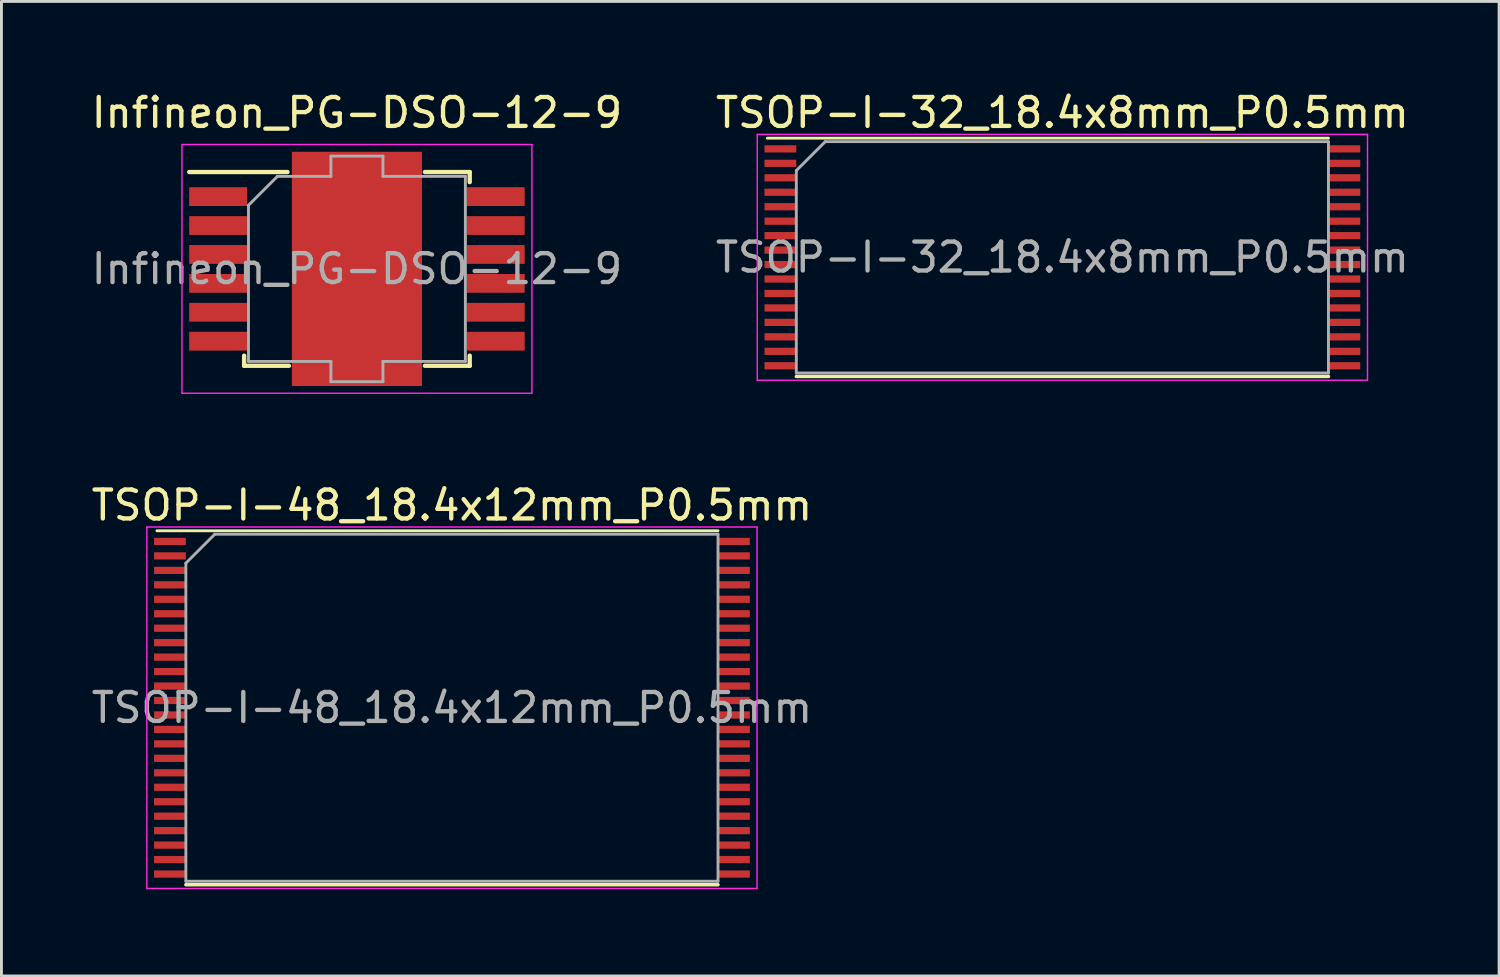
<source format=kicad_pcb>
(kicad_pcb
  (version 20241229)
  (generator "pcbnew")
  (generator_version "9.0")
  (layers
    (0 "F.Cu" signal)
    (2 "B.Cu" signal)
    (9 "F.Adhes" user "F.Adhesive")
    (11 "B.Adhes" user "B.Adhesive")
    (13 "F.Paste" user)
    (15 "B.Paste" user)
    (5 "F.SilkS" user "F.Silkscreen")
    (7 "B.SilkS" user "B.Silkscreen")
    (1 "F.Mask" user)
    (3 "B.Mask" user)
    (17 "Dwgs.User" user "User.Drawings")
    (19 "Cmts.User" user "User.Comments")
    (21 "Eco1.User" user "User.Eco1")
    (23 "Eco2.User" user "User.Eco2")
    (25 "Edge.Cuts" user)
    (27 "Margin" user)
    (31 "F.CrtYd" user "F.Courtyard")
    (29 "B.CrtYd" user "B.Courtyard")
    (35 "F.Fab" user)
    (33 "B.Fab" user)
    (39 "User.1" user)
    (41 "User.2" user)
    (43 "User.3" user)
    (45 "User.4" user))
  (footprint "Infineon_PG-DSO-12-9"
    (layer "F.Cu")
    (at 9.292 6.248)
    (property "Reference" "Infineon_PG-DSO-12-9" (at 0 -5.4 0) (layer "F.SilkS") (effects (font (size 1 1) (thickness 0.15))))
    (attr smd)
    (fp_line (start -5.8 -3.35) (end -2.4 -3.35) (stroke (width 0.15) (type solid)) (layer "F.SilkS"))
    (fp_line (start -3.9 3) (end -3.9 3.35) (stroke (width 0.15) (type solid)) (layer "F.SilkS"))
    (fp_line (start -3.9 3.35) (end -2.35 3.35) (stroke (width 0.15) (type solid)) (layer "F.SilkS"))
    (fp_line (start 3.9 -3.35) (end 2.35 -3.35) (stroke (width 0.15) (type solid)) (layer "F.SilkS"))
    (fp_line (start 3.9 -3) (end 3.9 -3.35) (stroke (width 0.15) (type solid)) (layer "F.SilkS"))
    (fp_line (start 3.9 3) (end 3.9 3.35) (stroke (width 0.15) (type solid)) (layer "F.SilkS"))
    (fp_line (start 3.9 3.35) (end 2.35 3.35) (stroke (width 0.15) (type solid)) (layer "F.SilkS"))
    (fp_line (start -6.05 -4.3) (end 6.05 -4.3) (stroke (width 0.05) (type solid)) (layer "F.CrtYd"))
    (fp_line (start -6.05 4.3) (end -6.05 -4.3) (stroke (width 0.05) (type solid)) (layer "F.CrtYd"))
    (fp_line (start 6.05 -4.3) (end 6.05 4.3) (stroke (width 0.05) (type solid)) (layer "F.CrtYd"))
    (fp_line (start 6.05 4.3) (end -6.05 4.3) (stroke (width 0.05) (type solid)) (layer "F.CrtYd"))
    (fp_line (start -3.75 3.2) (end -3.75 -2.2) (stroke (width 0.1) (type solid)) (layer "F.Fab"))
    (fp_line (start -2.75 -3.2) (end -3.75 -2.2) (stroke (width 0.1) (type solid)) (layer "F.Fab"))
    (fp_line (start -2.75 -3.2) (end -0.9 -3.2) (stroke (width 0.1) (type solid)) (layer "F.Fab"))
    (fp_line (start -0.9 -3.9) (end 0.9 -3.9) (stroke (width 0.1) (type solid)) (layer "F.Fab"))
    (fp_line (start -0.9 -3.2) (end -0.9 -3.9) (stroke (width 0.1) (type solid)) (layer "F.Fab"))
    (fp_line (start -0.9 3.2) (end -3.75 3.2) (stroke (width 0.1) (type solid)) (layer "F.Fab"))
    (fp_line (start -0.9 3.9) (end -0.9 3.2) (stroke (width 0.1) (type solid)) (layer "F.Fab"))
    (fp_line (start 0.9 -3.9) (end 0.9 -3.2) (stroke (width 0.1) (type solid)) (layer "F.Fab"))
    (fp_line (start 0.9 -3.2) (end 3.75 -3.2) (stroke (width 0.1) (type solid)) (layer "F.Fab"))
    (fp_line (start 0.9 3.2) (end 0.9 3.9) (stroke (width 0.1) (type solid)) (layer "F.Fab"))
    (fp_line (start 0.9 3.9) (end -0.9 3.9) (stroke (width 0.1) (type solid)) (layer "F.Fab"))
    (fp_line (start 3.75 -3.2) (end 3.75 3.2) (stroke (width 0.1) (type solid)) (layer "F.Fab"))
    (fp_line (start 3.75 3.2) (end 0.9 3.2) (stroke (width 0.1) (type solid)) (layer "F.Fab"))
    (fp_text user "${REFERENCE}" (at 0 0 0) (layer "F.Fab") (effects (font (size 1 1) (thickness 0.15))))
    (pad "" smd rect (at -1.125 -2.92) (size 1.95 1.16) (layers "F.Paste"))
    (pad "" smd rect (at -1.125 -1.46) (size 1.95 1.16) (layers "F.Paste"))
    (pad "" smd rect (at -1.125 0) (size 1.95 1.16) (layers "F.Paste"))
    (pad "" smd rect (at -1.125 1.46) (size 1.95 1.16) (layers "F.Paste"))
    (pad "" smd rect (at -1.125 2.92) (size 1.95 1.16) (layers "F.Paste"))
    (pad "" smd rect (at 1.125 -2.92) (size 1.95 1.16) (layers "F.Paste"))
    (pad "" smd rect (at 1.125 -1.46) (size 1.95 1.16) (layers "F.Paste"))
    (pad "" smd rect (at 1.125 0) (size 1.95 1.16) (layers "F.Paste"))
    (pad "" smd rect (at 1.125 1.46) (size 1.95 1.16) (layers "F.Paste"))
    (pad "" smd rect (at 1.125 2.92) (size 1.95 1.16) (layers "F.Paste"))
    (pad "1" smd rect (at -4.8 -2.5) (size 2 0.65) (layers "F.Cu" "F.Mask" "F.Paste"))
    (pad "2" smd rect (at -4.8 -1.5) (size 2 0.65) (layers "F.Cu" "F.Mask" "F.Paste"))
    (pad "3" smd rect (at -4.8 -0.5) (size 2 0.65) (layers "F.Cu" "F.Mask" "F.Paste"))
    (pad "4" smd rect (at -4.8 0.5) (size 2 0.65) (layers "F.Cu" "F.Mask" "F.Paste"))
    (pad "5" smd rect (at -4.8 1.5) (size 2 0.65) (layers "F.Cu" "F.Mask" "F.Paste"))
    (pad "6" smd rect (at -4.8 2.5) (size 2 0.65) (layers "F.Cu" "F.Mask" "F.Paste"))
    (pad "7" smd rect (at 4.8 2.5) (size 2 0.65) (layers "F.Cu" "F.Mask" "F.Paste"))
    (pad "8" smd rect (at 4.8 1.5) (size 2 0.65) (layers "F.Cu" "F.Mask" "F.Paste"))
    (pad "9" smd rect (at 4.8 0.5) (size 2 0.65) (layers "F.Cu" "F.Mask" "F.Paste"))
    (pad "10" smd rect (at 4.8 -0.5) (size 2 0.65) (layers "F.Cu" "F.Mask" "F.Paste"))
    (pad "11" smd rect (at 4.8 -1.5) (size 2 0.65) (layers "F.Cu" "F.Mask" "F.Paste"))
    (pad "12" smd rect (at 4.8 -2.5) (size 2 0.65) (layers "F.Cu" "F.Mask" "F.Paste"))
    (pad "13" smd rect (at 0 0) (size 4.5 8.1) (layers "F.Cu" "F.Mask")))
  (footprint "TSOP-I-48_18.4x12mm_P0.5mm"
    (layer "F.Cu")
    (at 12.577 21.422)
    (property "Reference" "TSOP-I-48_18.4x12mm_P0.5mm" (at 0 -7 0) (layer "F.SilkS") (effects (font (size 1 1) (thickness 0.15))))
    (attr smd)
    (fp_line (start -9.2 6.12) (end 9.2 6.12) (stroke (width 0.12) (type solid)) (layer "F.SilkS"))
    (fp_line (start 9.2 -6.12) (end -10.2 -6.12) (stroke (width 0.1) (type solid)) (layer "F.SilkS"))
    (fp_line (start -10.55 -6.25) (end 10.55 -6.25) (stroke (width 0.05) (type solid)) (layer "F.CrtYd"))
    (fp_line (start -10.55 6.25) (end -10.55 -6.25) (stroke (width 0.05) (type solid)) (layer "F.CrtYd"))
    (fp_line (start 10.55 -6.25) (end 10.55 6.25) (stroke (width 0.05) (type solid)) (layer "F.CrtYd"))
    (fp_line (start 10.55 6.25) (end -10.55 6.25) (stroke (width 0.05) (type solid)) (layer "F.CrtYd"))
    (fp_line (start -9.2 6) (end -9.2 -5) (stroke (width 0.1) (type solid)) (layer "F.Fab"))
    (fp_line (start -8.2 -6) (end -9.2 -5) (stroke (width 0.1) (type solid)) (layer "F.Fab"))
    (fp_line (start -8.2 -6) (end 9.2 -6) (stroke (width 0.1) (type solid)) (layer "F.Fab"))
    (fp_line (start 9.2 -6) (end 9.2 6) (stroke (width 0.1) (type solid)) (layer "F.Fab"))
    (fp_line (start 9.2 6) (end -9.2 6) (stroke (width 0.1) (type solid)) (layer "F.Fab"))
    (fp_text user "${REFERENCE}" (at 0 0 0) (layer "F.Fab") (effects (font (size 1 1) (thickness 0.15))))
    (pad "1" smd rect (at -9.75 -5.75) (size 1.1 0.25) (layers "F.Cu" "F.Mask" "F.Paste"))
    (pad "2" smd rect (at -9.75 -5.25) (size 1.1 0.25) (layers "F.Cu" "F.Mask" "F.Paste"))
    (pad "3" smd rect (at -9.75 -4.75) (size 1.1 0.25) (layers "F.Cu" "F.Mask" "F.Paste"))
    (pad "4" smd rect (at -9.75 -4.25) (size 1.1 0.25) (layers "F.Cu" "F.Mask" "F.Paste"))
    (pad "5" smd rect (at -9.75 -3.75) (size 1.1 0.25) (layers "F.Cu" "F.Mask" "F.Paste"))
    (pad "6" smd rect (at -9.75 -3.25) (size 1.1 0.25) (layers "F.Cu" "F.Mask" "F.Paste"))
    (pad "7" smd rect (at -9.75 -2.75) (size 1.1 0.25) (layers "F.Cu" "F.Mask" "F.Paste"))
    (pad "8" smd rect (at -9.75 -2.25) (size 1.1 0.25) (layers "F.Cu" "F.Mask" "F.Paste"))
    (pad "9" smd rect (at -9.75 -1.75) (size 1.1 0.25) (layers "F.Cu" "F.Mask" "F.Paste"))
    (pad "10" smd rect (at -9.75 -1.25) (size 1.1 0.25) (layers "F.Cu" "F.Mask" "F.Paste"))
    (pad "11" smd rect (at -9.75 -0.75) (size 1.1 0.25) (layers "F.Cu" "F.Mask" "F.Paste"))
    (pad "12" smd rect (at -9.75 -0.25) (size 1.1 0.25) (layers "F.Cu" "F.Mask" "F.Paste"))
    (pad "13" smd rect (at -9.75 0.25) (size 1.1 0.25) (layers "F.Cu" "F.Mask" "F.Paste"))
    (pad "14" smd rect (at -9.75 0.75) (size 1.1 0.25) (layers "F.Cu" "F.Mask" "F.Paste"))
    (pad "15" smd rect (at -9.75 1.25) (size 1.1 0.25) (layers "F.Cu" "F.Mask" "F.Paste"))
    (pad "16" smd rect (at -9.75 1.75) (size 1.1 0.25) (layers "F.Cu" "F.Mask" "F.Paste"))
    (pad "17" smd rect (at -9.75 2.25) (size 1.1 0.25) (layers "F.Cu" "F.Mask" "F.Paste"))
    (pad "18" smd rect (at -9.75 2.75) (size 1.1 0.25) (layers "F.Cu" "F.Mask" "F.Paste"))
    (pad "19" smd rect (at -9.75 3.25) (size 1.1 0.25) (layers "F.Cu" "F.Mask" "F.Paste"))
    (pad "20" smd rect (at -9.75 3.75) (size 1.1 0.25) (layers "F.Cu" "F.Mask" "F.Paste"))
    (pad "21" smd rect (at -9.75 4.25) (size 1.1 0.25) (layers "F.Cu" "F.Mask" "F.Paste"))
    (pad "22" smd rect (at -9.75 4.75) (size 1.1 0.25) (layers "F.Cu" "F.Mask" "F.Paste"))
    (pad "23" smd rect (at -9.75 5.25) (size 1.1 0.25) (layers "F.Cu" "F.Mask" "F.Paste"))
    (pad "24" smd rect (at -9.75 5.75) (size 1.1 0.25) (layers "F.Cu" "F.Mask" "F.Paste"))
    (pad "25" smd rect (at 9.75 5.75) (size 1.1 0.25) (layers "F.Cu" "F.Mask" "F.Paste"))
    (pad "26" smd rect (at 9.75 5.25) (size 1.1 0.25) (layers "F.Cu" "F.Mask" "F.Paste"))
    (pad "27" smd rect (at 9.75 4.75) (size 1.1 0.25) (layers "F.Cu" "F.Mask" "F.Paste"))
    (pad "28" smd rect (at 9.75 4.25) (size 1.1 0.25) (layers "F.Cu" "F.Mask" "F.Paste"))
    (pad "29" smd rect (at 9.75 3.75) (size 1.1 0.25) (layers "F.Cu" "F.Mask" "F.Paste"))
    (pad "30" smd rect (at 9.75 3.25) (size 1.1 0.25) (layers "F.Cu" "F.Mask" "F.Paste"))
    (pad "31" smd rect (at 9.75 2.75) (size 1.1 0.25) (layers "F.Cu" "F.Mask" "F.Paste"))
    (pad "32" smd rect (at 9.75 2.25) (size 1.1 0.25) (layers "F.Cu" "F.Mask" "F.Paste"))
    (pad "33" smd rect (at 9.75 1.75) (size 1.1 0.25) (layers "F.Cu" "F.Mask" "F.Paste"))
    (pad "34" smd rect (at 9.75 1.25) (size 1.1 0.25) (layers "F.Cu" "F.Mask" "F.Paste"))
    (pad "35" smd rect (at 9.75 0.75) (size 1.1 0.25) (layers "F.Cu" "F.Mask" "F.Paste"))
    (pad "36" smd rect (at 9.75 0.25) (size 1.1 0.25) (layers "F.Cu" "F.Mask" "F.Paste"))
    (pad "37" smd rect (at 9.75 -0.25) (size 1.1 0.25) (layers "F.Cu" "F.Mask" "F.Paste"))
    (pad "38" smd rect (at 9.75 -0.75) (size 1.1 0.25) (layers "F.Cu" "F.Mask" "F.Paste"))
    (pad "39" smd rect (at 9.75 -1.25) (size 1.1 0.25) (layers "F.Cu" "F.Mask" "F.Paste"))
    (pad "40" smd rect (at 9.75 -1.75) (size 1.1 0.25) (layers "F.Cu" "F.Mask" "F.Paste"))
    (pad "41" smd rect (at 9.75 -2.25) (size 1.1 0.25) (layers "F.Cu" "F.Mask" "F.Paste"))
    (pad "42" smd rect (at 9.75 -2.75) (size 1.1 0.25) (layers "F.Cu" "F.Mask" "F.Paste"))
    (pad "43" smd rect (at 9.75 -3.25) (size 1.1 0.25) (layers "F.Cu" "F.Mask" "F.Paste"))
    (pad "44" smd rect (at 9.75 -3.75) (size 1.1 0.25) (layers "F.Cu" "F.Mask" "F.Paste"))
    (pad "45" smd rect (at 9.75 -4.25) (size 1.1 0.25) (layers "F.Cu" "F.Mask" "F.Paste"))
    (pad "46" smd rect (at 9.75 -4.75) (size 1.1 0.25) (layers "F.Cu" "F.Mask" "F.Paste"))
    (pad "47" smd rect (at 9.75 -5.25) (size 1.1 0.25) (layers "F.Cu" "F.Mask" "F.Paste"))
    (pad "48" smd rect (at 9.75 -5.75) (size 1.1 0.25) (layers "F.Cu" "F.Mask" "F.Paste")))
  (footprint "TSOP-I-32_18.4x8mm_P0.5mm"
    (layer "F.Cu")
    (at 33.685 5.848)
    (property "Reference" "TSOP-I-32_18.4x8mm_P0.5mm" (at 0 -5 0) (layer "F.SilkS") (effects (font (size 1 1) (thickness 0.15))))
    (attr smd)
    (fp_line (start -9.2 4.12) (end 9.2 4.12) (stroke (width 0.12) (type solid)) (layer "F.SilkS"))
    (fp_line (start 9.2 -4.12) (end -10.2 -4.12) (stroke (width 0.1) (type solid)) (layer "F.SilkS"))
    (fp_line (start -10.55 -4.25) (end 10.55 -4.25) (stroke (width 0.05) (type solid)) (layer "F.CrtYd"))
    (fp_line (start -10.55 4.25) (end -10.55 -4.25) (stroke (width 0.05) (type solid)) (layer "F.CrtYd"))
    (fp_line (start 10.55 -4.25) (end 10.55 4.25) (stroke (width 0.05) (type solid)) (layer "F.CrtYd"))
    (fp_line (start 10.55 4.25) (end -10.55 4.25) (stroke (width 0.05) (type solid)) (layer "F.CrtYd"))
    (fp_line (start -9.2 4) (end -9.2 -3) (stroke (width 0.1) (type solid)) (layer "F.Fab"))
    (fp_line (start -8.2 -4) (end -9.2 -3) (stroke (width 0.1) (type solid)) (layer "F.Fab"))
    (fp_line (start -8.2 -4) (end 9.2 -4) (stroke (width 0.1) (type solid)) (layer "F.Fab"))
    (fp_line (start 9.2 -4) (end 9.2 4) (stroke (width 0.1) (type solid)) (layer "F.Fab"))
    (fp_line (start 9.2 4) (end -9.2 4) (stroke (width 0.1) (type solid)) (layer "F.Fab"))
    (fp_text user "${REFERENCE}" (at 0 0 0) (layer "F.Fab") (effects (font (size 1 1) (thickness 0.15))))
    (pad "1" smd rect (at -9.75 -3.75) (size 1.1 0.25) (layers "F.Cu" "F.Mask" "F.Paste"))
    (pad "2" smd rect (at -9.75 -3.25) (size 1.1 0.25) (layers "F.Cu" "F.Mask" "F.Paste"))
    (pad "3" smd rect (at -9.75 -2.75) (size 1.1 0.25) (layers "F.Cu" "F.Mask" "F.Paste"))
    (pad "4" smd rect (at -9.75 -2.25) (size 1.1 0.25) (layers "F.Cu" "F.Mask" "F.Paste"))
    (pad "5" smd rect (at -9.75 -1.75) (size 1.1 0.25) (layers "F.Cu" "F.Mask" "F.Paste"))
    (pad "6" smd rect (at -9.75 -1.25) (size 1.1 0.25) (layers "F.Cu" "F.Mask" "F.Paste"))
    (pad "7" smd rect (at -9.75 -0.75) (size 1.1 0.25) (layers "F.Cu" "F.Mask" "F.Paste"))
    (pad "8" smd rect (at -9.75 -0.25) (size 1.1 0.25) (layers "F.Cu" "F.Mask" "F.Paste"))
    (pad "9" smd rect (at -9.75 0.25) (size 1.1 0.25) (layers "F.Cu" "F.Mask" "F.Paste"))
    (pad "10" smd rect (at -9.75 0.75) (size 1.1 0.25) (layers "F.Cu" "F.Mask" "F.Paste"))
    (pad "11" smd rect (at -9.75 1.25) (size 1.1 0.25) (layers "F.Cu" "F.Mask" "F.Paste"))
    (pad "12" smd rect (at -9.75 1.75) (size 1.1 0.25) (layers "F.Cu" "F.Mask" "F.Paste"))
    (pad "13" smd rect (at -9.75 2.25) (size 1.1 0.25) (layers "F.Cu" "F.Mask" "F.Paste"))
    (pad "14" smd rect (at -9.75 2.75) (size 1.1 0.25) (layers "F.Cu" "F.Mask" "F.Paste"))
    (pad "15" smd rect (at -9.75 3.25) (size 1.1 0.25) (layers "F.Cu" "F.Mask" "F.Paste"))
    (pad "16" smd rect (at -9.75 3.75) (size 1.1 0.25) (layers "F.Cu" "F.Mask" "F.Paste"))
    (pad "17" smd rect (at 9.75 3.75) (size 1.1 0.25) (layers "F.Cu" "F.Mask" "F.Paste"))
    (pad "18" smd rect (at 9.75 3.25) (size 1.1 0.25) (layers "F.Cu" "F.Mask" "F.Paste"))
    (pad "19" smd rect (at 9.75 2.75) (size 1.1 0.25) (layers "F.Cu" "F.Mask" "F.Paste"))
    (pad "20" smd rect (at 9.75 2.25) (size 1.1 0.25) (layers "F.Cu" "F.Mask" "F.Paste"))
    (pad "21" smd rect (at 9.75 1.75) (size 1.1 0.25) (layers "F.Cu" "F.Mask" "F.Paste"))
    (pad "22" smd rect (at 9.75 1.25) (size 1.1 0.25) (layers "F.Cu" "F.Mask" "F.Paste"))
    (pad "23" smd rect (at 9.75 0.75) (size 1.1 0.25) (layers "F.Cu" "F.Mask" "F.Paste"))
    (pad "24" smd rect (at 9.75 0.25) (size 1.1 0.25) (layers "F.Cu" "F.Mask" "F.Paste"))
    (pad "25" smd rect (at 9.75 -0.25) (size 1.1 0.25) (layers "F.Cu" "F.Mask" "F.Paste"))
    (pad "26" smd rect (at 9.75 -0.75) (size 1.1 0.25) (layers "F.Cu" "F.Mask" "F.Paste"))
    (pad "27" smd rect (at 9.75 -1.25) (size 1.1 0.25) (layers "F.Cu" "F.Mask" "F.Paste"))
    (pad "28" smd rect (at 9.75 -1.75) (size 1.1 0.25) (layers "F.Cu" "F.Mask" "F.Paste"))
    (pad "29" smd rect (at 9.75 -2.25) (size 1.1 0.25) (layers "F.Cu" "F.Mask" "F.Paste"))
    (pad "30" smd rect (at 9.75 -2.75) (size 1.1 0.25) (layers "F.Cu" "F.Mask" "F.Paste"))
    (pad "31" smd rect (at 9.75 -3.25) (size 1.1 0.25) (layers "F.Cu" "F.Mask" "F.Paste"))
    (pad "32" smd rect (at 9.75 -3.75) (size 1.1 0.25) (layers "F.Cu" "F.Mask" "F.Paste")))
  (gr_rect
    (start -3 -3)
    (end 48.786 30.697)
    (stroke (width 0.1) (type default))
    (fill no)
    (layer "Edge.Cuts")))
</source>
